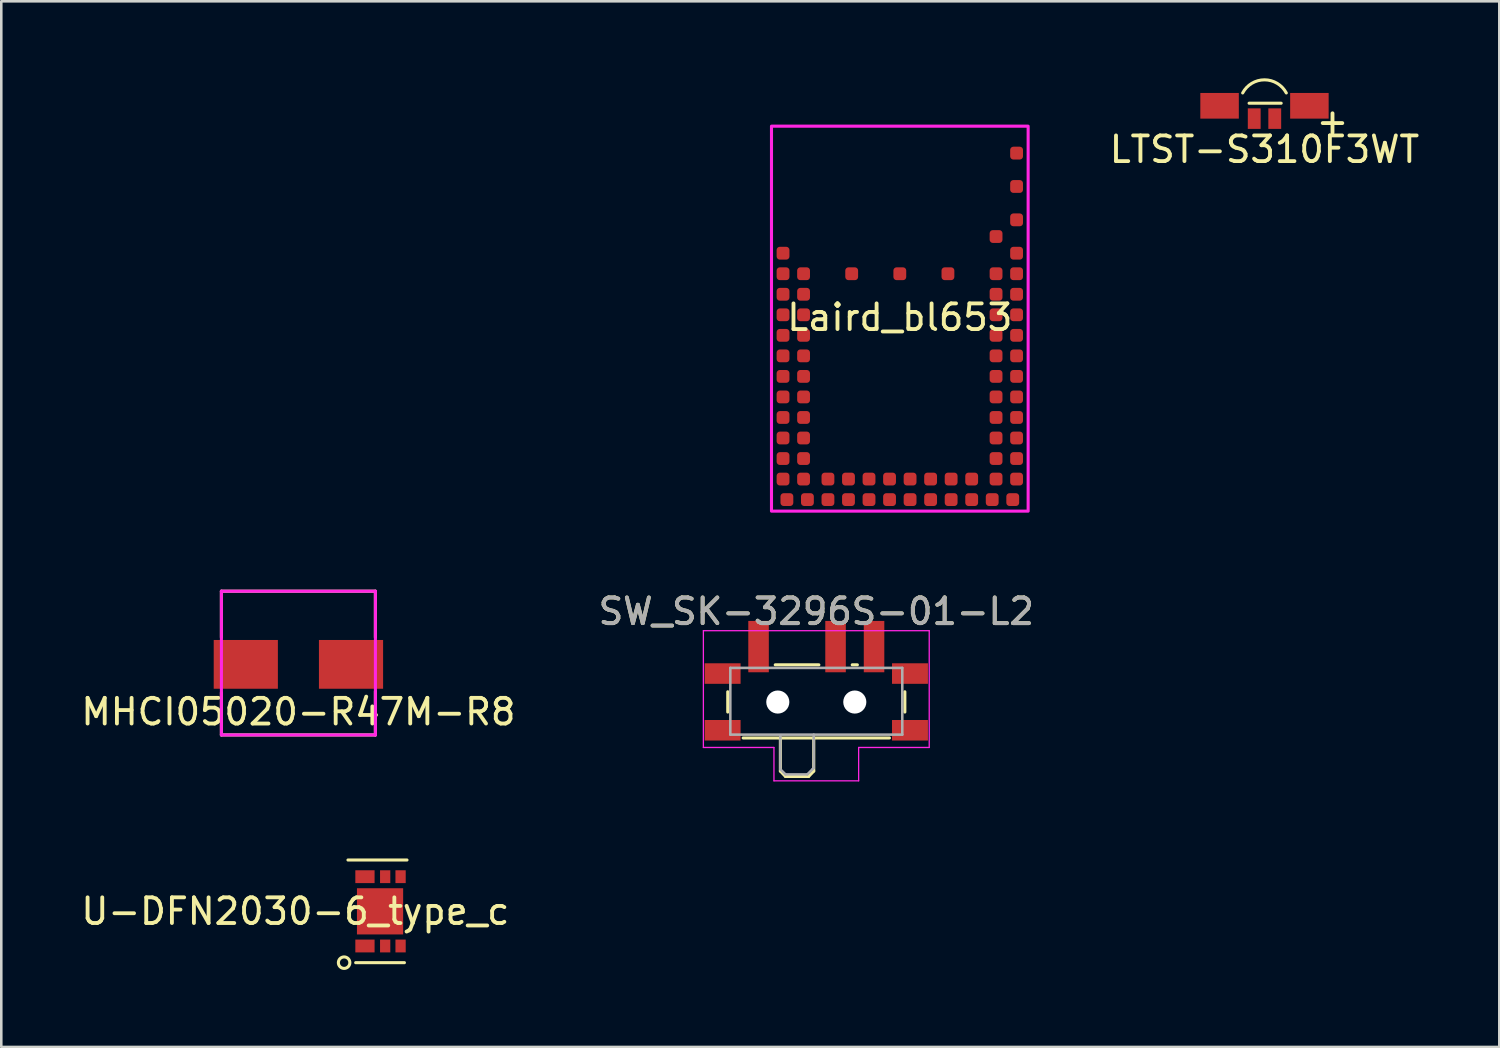
<source format=kicad_pcb>
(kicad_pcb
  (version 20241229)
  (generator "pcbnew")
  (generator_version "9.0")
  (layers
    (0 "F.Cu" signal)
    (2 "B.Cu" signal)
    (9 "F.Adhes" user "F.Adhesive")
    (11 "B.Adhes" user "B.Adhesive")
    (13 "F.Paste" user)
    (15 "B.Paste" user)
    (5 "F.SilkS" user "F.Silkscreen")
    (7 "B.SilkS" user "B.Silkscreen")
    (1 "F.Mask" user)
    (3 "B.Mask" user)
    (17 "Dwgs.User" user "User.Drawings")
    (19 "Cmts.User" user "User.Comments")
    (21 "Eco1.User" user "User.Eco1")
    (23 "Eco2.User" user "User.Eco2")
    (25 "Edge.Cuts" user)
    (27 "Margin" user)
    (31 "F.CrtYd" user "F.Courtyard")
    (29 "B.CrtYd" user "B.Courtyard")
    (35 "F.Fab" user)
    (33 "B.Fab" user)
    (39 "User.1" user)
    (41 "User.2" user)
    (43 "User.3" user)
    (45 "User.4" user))
  (footprint "U-DFN2030-6_type_c"
    (layer "F.Cu")
    (at 11.758 32.459)
    (property "Reference" "U-DFN2030-6_type_c" (at -3.3 0 0) (unlocked yes) (layer "F.SilkS") (effects (font (size 1 1) (thickness 0.15))))
    (attr smd)
    (fp_line (start -1.25 -2) (end 1.05 -2) (stroke (width 0.12) (type solid)) (layer "F.SilkS"))
    (fp_line (start -0.95 2) (end 0.95 2) (stroke (width 0.12) (type solid)) (layer "F.SilkS"))
    (fp_circle (center -1.4 2) (end -1.2 2.1) (stroke (width 0.12) (type solid)) (fill no) (layer "F.SilkS"))
    (pad "1" smd rect (at -0.588 1.35) (size 0.75 0.5) (layers "F.Cu" "F.Mask" "F.Paste"))
    (pad "2" smd rect (at 0.2 1.35) (size 0.4 0.5) (layers "F.Cu" "F.Mask" "F.Paste"))
    (pad "3" smd rect (at 0.8 1.35) (size 0.4 0.5) (layers "F.Cu" "F.Mask" "F.Paste"))
    (pad "4" smd rect (at 0.8 -1.35) (size 0.4 0.5) (layers "F.Cu" "F.Mask" "F.Paste"))
    (pad "5" smd rect (at 0.2 -1.35) (size 0.4 0.5) (layers "F.Cu" "F.Mask" "F.Paste"))
    (pad "6" smd rect (at -0.588 -1.35) (size 0.75 0.5) (layers "F.Cu" "F.Mask" "F.Paste"))
    (pad "7" smd rect (at 0 0) (size 1.8 1.8) (layers "F.Cu" "F.Mask" "F.Paste")))
  (footprint "MHCI05020-R47M-R8"
    (layer "F.Cu")
    (at 8.577 22.836)
    (property "Reference" "MHCI05020-R47M-R8" (at 0 1.85 0) (unlocked yes) (layer "F.SilkS") (effects (font (size 1 1) (thickness 0.15))))
    (attr smd)
    (fp_line (start -3 -2.85) (end 3 -2.85) (stroke (width 0.12) (type solid)) (layer "F.SilkS"))
    (fp_line (start -3 -1.05) (end -3 -2.85) (stroke (width 0.12) (type solid)) (layer "F.SilkS"))
    (fp_line (start -3 2.75) (end -3 1.1) (stroke (width 0.12) (type solid)) (layer "F.SilkS"))
    (fp_line (start 3 -2.85) (end 3 -1.05) (stroke (width 0.12) (type solid)) (layer "F.SilkS"))
    (fp_line (start 3 1.05) (end 3 2.75) (stroke (width 0.12) (type solid)) (layer "F.SilkS"))
    (fp_line (start 3 2.75) (end -3 2.75) (stroke (width 0.12) (type solid)) (layer "F.SilkS"))
    (fp_line (start -3 -2.85) (end -3 2.75) (stroke (width 0.12) (type solid)) (layer "F.CrtYd"))
    (fp_line (start -3 2.75) (end 3 2.75) (stroke (width 0.12) (type solid)) (layer "F.CrtYd"))
    (fp_line (start 3 -2.85) (end -3 -2.85) (stroke (width 0.12) (type solid)) (layer "F.CrtYd"))
    (fp_line (start 3 2.75) (end 3 -2.85) (stroke (width 0.12) (type solid)) (layer "F.CrtYd"))
    (pad "1" smd rect (at -2.05 0) (size 2.5 1.9) (layers "F.Cu" "F.Mask" "F.Paste"))
    (pad "2" smd rect (at 2.05 0) (size 2.5 1.9) (layers "F.Cu" "F.Mask" "F.Paste")))
  (footprint "SW_SK-3296S-01-L2"
    (layer "F.Cu")
    (at 28.756 23.974)
    (property "Reference" "SW_SK-3296S-01-L2" (at 0 -3.2 0) (layer "F.SilkS") (effects (font (size 1 1) (thickness 0.15))))
    (attr smd)
    (fp_line (start -3.45 -0.07) (end -3.45 0.72) (stroke (width 0.12) (type solid)) (layer "F.SilkS"))
    (fp_line (start -2.85 1.73) (end 2.85 1.73) (stroke (width 0.12) (type solid)) (layer "F.SilkS"))
    (fp_line (start -1.6 -1.12) (end 0.1 -1.12) (stroke (width 0.12) (type solid)) (layer "F.SilkS"))
    (fp_line (start -1.4 1.73) (end -1.4 3.02) (stroke (width 0.12) (type solid)) (layer "F.SilkS"))
    (fp_line (start -1.4 3.02) (end -1.2 3.23) (stroke (width 0.12) (type solid)) (layer "F.SilkS"))
    (fp_line (start -1.2 3.23) (end -0.3 3.23) (stroke (width 0.12) (type solid)) (layer "F.SilkS"))
    (fp_line (start -0.1 3.02) (end -0.3 3.23) (stroke (width 0.12) (type solid)) (layer "F.SilkS"))
    (fp_line (start -0.1 3.02) (end -0.1 1.73) (stroke (width 0.12) (type solid)) (layer "F.SilkS"))
    (fp_line (start 1.4 -1.12) (end 1.6 -1.12) (stroke (width 0.12) (type solid)) (layer "F.SilkS"))
    (fp_line (start 3.45 0.72) (end 3.45 -0.07) (stroke (width 0.12) (type solid)) (layer "F.SilkS"))
    (fp_line (start -4.4 -2.45) (end 4.4 -2.45) (stroke (width 0.05) (type solid)) (layer "F.CrtYd"))
    (fp_line (start -4.4 2.1) (end -4.4 -2.45) (stroke (width 0.05) (type solid)) (layer "F.CrtYd"))
    (fp_line (start -1.65 2.1) (end -4.4 2.1) (stroke (width 0.05) (type solid)) (layer "F.CrtYd"))
    (fp_line (start -1.65 3.4) (end -1.65 2.1) (stroke (width 0.05) (type solid)) (layer "F.CrtYd"))
    (fp_line (start 1.65 2.1) (end 1.65 3.4) (stroke (width 0.05) (type solid)) (layer "F.CrtYd"))
    (fp_line (start 1.65 3.4) (end -1.65 3.4) (stroke (width 0.05) (type solid)) (layer "F.CrtYd"))
    (fp_line (start 4.4 -2.45) (end 4.4 2.1) (stroke (width 0.05) (type solid)) (layer "F.CrtYd"))
    (fp_line (start 4.4 2.1) (end 1.65 2.1) (stroke (width 0.05) (type solid)) (layer "F.CrtYd"))
    (fp_line (start -3.35 -1) (end -3.35 1.6) (stroke (width 0.1) (type solid)) (layer "F.Fab"))
    (fp_line (start -3.35 1.6) (end 3.35 1.6) (stroke (width 0.1) (type solid)) (layer "F.Fab"))
    (fp_line (start -1.4 1.65) (end -1.4 2.95) (stroke (width 0.1) (type solid)) (layer "F.Fab"))
    (fp_line (start -1.4 2.95) (end -1.2 3.15) (stroke (width 0.1) (type solid)) (layer "F.Fab"))
    (fp_line (start -1.2 3.15) (end -0.35 3.15) (stroke (width 0.1) (type solid)) (layer "F.Fab"))
    (fp_line (start -0.35 3.15) (end -0.15 2.95) (stroke (width 0.1) (type solid)) (layer "F.Fab"))
    (fp_line (start -0.15 2.95) (end -0.1 2.9) (stroke (width 0.1) (type solid)) (layer "F.Fab"))
    (fp_line (start -0.1 2.9) (end -0.1 1.6) (stroke (width 0.1) (type solid)) (layer "F.Fab"))
    (fp_line (start 3.35 -1) (end -3.35 -1) (stroke (width 0.1) (type solid)) (layer "F.Fab"))
    (fp_line (start 3.35 1.6) (end 3.35 -1) (stroke (width 0.1) (type solid)) (layer "F.Fab"))
    (fp_text user "${REFERENCE}" (at 0 -3.2 0) (layer "F.Fab") (effects (font (size 1 1) (thickness 0.15))))
    (pad "" smd rect (at -3.65 -0.78) (size 1.4 0.8) (layers "F.Cu" "F.Mask" "F.Paste"))
    (pad "" smd rect (at -3.65 1.43) (size 1.4 0.8) (layers "F.Cu" "F.Mask" "F.Paste"))
    (pad "" np_thru_hole circle (at -1.5 0.33) (size 0.9 0.9) (drill 0.9) (layers "*.Cu" "*.Mask"))
    (pad "" np_thru_hole circle (at 1.5 0.33) (size 0.9 0.9) (drill 0.9) (layers "*.Cu" "*.Mask"))
    (pad "" smd rect (at 3.65 -0.78) (size 1.4 0.8) (layers "F.Cu" "F.Mask" "F.Paste"))
    (pad "" smd rect (at 3.65 1.43) (size 1.4 0.8) (layers "F.Cu" "F.Mask" "F.Paste"))
    (pad "1" smd rect (at -2.25 -1.83) (size 0.8 2) (layers "F.Cu" "F.Mask" "F.Paste"))
    (pad "2" smd rect (at 0.75 -1.83) (size 0.8 2) (layers "F.Cu" "F.Mask" "F.Paste"))
    (pad "3" smd rect (at 2.25 -1.83) (size 0.8 2) (layers "F.Cu" "F.Mask" "F.Paste")))
  (footprint "Laird_bl653"
    (layer "F.Cu")
    (at 32.01 1.866)
    (property "Reference" "Laird_bl653" (at 0 7.45 0) (unlocked yes) (layer "F.SilkS") (effects (font (size 1 1) (thickness 0.15))))
    (attr smd)
    (fp_rect (start 5 0) (end -5 15) (stroke (width 0.12) (type solid)) (fill no) (layer "F.CrtYd"))
    (pad "0" smd roundrect (at 4.55 4.95) (size 0.5 0.5) (layers "F.Cu" "F.Mask" "F.Paste") (roundrect_rratio 0.25))
    (pad "1" smd roundrect (at 4.55 5.75) (size 0.5 0.5) (layers "F.Cu" "F.Mask" "F.Paste") (roundrect_rratio 0.25))
    (pad "2" smd roundrect (at 3.75 5.75) (size 0.5 0.5) (layers "F.Cu" "F.Mask" "F.Paste") (roundrect_rratio 0.25))
    (pad "3" smd roundrect (at 4.55 6.55) (size 0.5 0.5) (layers "F.Cu" "F.Mask" "F.Paste") (roundrect_rratio 0.25))
    (pad "4" smd roundrect (at 3.75 6.55) (size 0.5 0.5) (layers "F.Cu" "F.Mask" "F.Paste") (roundrect_rratio 0.25))
    (pad "5" smd roundrect (at 4.55 7.35) (size 0.5 0.5) (layers "F.Cu" "F.Mask" "F.Paste") (roundrect_rratio 0.25))
    (pad "6" smd roundrect (at 3.75 7.35) (size 0.5 0.5) (layers "F.Cu" "F.Mask" "F.Paste") (roundrect_rratio 0.25))
    (pad "7" smd roundrect (at 4.55 8.15) (size 0.5 0.5) (layers "F.Cu" "F.Mask" "F.Paste") (roundrect_rratio 0.25))
    (pad "8" smd roundrect (at 3.75 8.15) (size 0.5 0.5) (layers "F.Cu" "F.Mask" "F.Paste") (roundrect_rratio 0.25))
    (pad "9" smd roundrect (at 4.55 8.95) (size 0.5 0.5) (layers "F.Cu" "F.Mask" "F.Paste") (roundrect_rratio 0.25))
    (pad "10" smd roundrect (at 3.75 8.95) (size 0.5 0.5) (layers "F.Cu" "F.Mask" "F.Paste") (roundrect_rratio 0.25))
    (pad "11" smd roundrect (at 4.55 9.75) (size 0.5 0.5) (layers "F.Cu" "F.Mask" "F.Paste") (roundrect_rratio 0.25))
    (pad "12" smd roundrect (at 3.75 9.75) (size 0.5 0.5) (layers "F.Cu" "F.Mask" "F.Paste") (roundrect_rratio 0.25))
    (pad "13" smd roundrect (at 4.55 10.55) (size 0.5 0.5) (layers "F.Cu" "F.Mask" "F.Paste") (roundrect_rratio 0.25))
    (pad "14" smd roundrect (at 3.75 10.55) (size 0.5 0.5) (layers "F.Cu" "F.Mask" "F.Paste") (roundrect_rratio 0.25))
    (pad "15" smd roundrect (at 4.55 11.35) (size 0.5 0.5) (layers "F.Cu" "F.Mask" "F.Paste") (roundrect_rratio 0.25))
    (pad "16" smd roundrect (at 3.75 11.35) (size 0.5 0.5) (layers "F.Cu" "F.Mask" "F.Paste") (roundrect_rratio 0.25))
    (pad "17" smd roundrect (at 4.55 12.15) (size 0.5 0.5) (layers "F.Cu" "F.Mask" "F.Paste") (roundrect_rratio 0.25))
    (pad "18" smd roundrect (at 3.75 12.15) (size 0.5 0.5) (layers "F.Cu" "F.Mask" "F.Paste") (roundrect_rratio 0.25))
    (pad "19" smd roundrect (at 4.55 12.95) (size 0.5 0.5) (layers "F.Cu" "F.Mask" "F.Paste") (roundrect_rratio 0.25))
    (pad "20" smd roundrect (at 3.75 12.95) (size 0.5 0.5) (layers "F.Cu" "F.Mask" "F.Paste") (roundrect_rratio 0.25))
    (pad "21" smd roundrect (at 4.55 13.75) (size 0.5 0.5) (layers "F.Cu" "F.Mask" "F.Paste") (roundrect_rratio 0.25))
    (pad "22" smd roundrect (at 3.75 13.75) (size 0.5 0.5) (layers "F.Cu" "F.Mask" "F.Paste") (roundrect_rratio 0.25))
    (pad "23" smd roundrect (at 4.4 14.55) (size 0.5 0.5) (layers "F.Cu" "F.Mask" "F.Paste") (roundrect_rratio 0.25))
    (pad "24" smd roundrect (at 3.6 14.55) (size 0.5 0.5) (layers "F.Cu" "F.Mask" "F.Paste") (roundrect_rratio 0.25))
    (pad "25" smd roundrect (at 2.8 14.55) (size 0.5 0.5) (layers "F.Cu" "F.Mask" "F.Paste") (roundrect_rratio 0.25))
    (pad "26" smd roundrect (at 2.8 13.75) (size 0.5 0.5) (layers "F.Cu" "F.Mask" "F.Paste") (roundrect_rratio 0.25))
    (pad "27" smd roundrect (at 2 14.55) (size 0.5 0.5) (layers "F.Cu" "F.Mask" "F.Paste") (roundrect_rratio 0.25))
    (pad "28" smd roundrect (at 2 13.75) (size 0.5 0.5) (layers "F.Cu" "F.Mask" "F.Paste") (roundrect_rratio 0.25))
    (pad "29" smd roundrect (at 1.2 14.55) (size 0.5 0.5) (layers "F.Cu" "F.Mask" "F.Paste") (roundrect_rratio 0.25))
    (pad "30" smd roundrect (at 1.2 13.75) (size 0.5 0.5) (layers "F.Cu" "F.Mask" "F.Paste") (roundrect_rratio 0.25))
    (pad "31" smd roundrect (at 0.4 14.55) (size 0.5 0.5) (layers "F.Cu" "F.Mask" "F.Paste") (roundrect_rratio 0.25))
    (pad "32" smd roundrect (at 0.4 13.75) (size 0.5 0.5) (layers "F.Cu" "F.Mask" "F.Paste") (roundrect_rratio 0.25))
    (pad "33" smd roundrect (at -0.4 14.55) (size 0.5 0.5) (layers "F.Cu" "F.Mask" "F.Paste") (roundrect_rratio 0.25))
    (pad "34" smd roundrect (at -0.4 13.75) (size 0.5 0.5) (layers "F.Cu" "F.Mask" "F.Paste") (roundrect_rratio 0.25))
    (pad "35" smd roundrect (at -1.2 14.55) (size 0.5 0.5) (layers "F.Cu" "F.Mask" "F.Paste") (roundrect_rratio 0.25))
    (pad "36" smd roundrect (at -1.2 13.75) (size 0.5 0.5) (layers "F.Cu" "F.Mask" "F.Paste") (roundrect_rratio 0.25))
    (pad "37" smd roundrect (at -2 14.55) (size 0.5 0.5) (layers "F.Cu" "F.Mask" "F.Paste") (roundrect_rratio 0.25))
    (pad "38" smd roundrect (at -2 13.75) (size 0.5 0.5) (layers "F.Cu" "F.Mask" "F.Paste") (roundrect_rratio 0.25))
    (pad "39" smd roundrect (at -2.8 14.55) (size 0.5 0.5) (layers "F.Cu" "F.Mask" "F.Paste") (roundrect_rratio 0.25))
    (pad "40" smd roundrect (at -2.8 13.75) (size 0.5 0.5) (layers "F.Cu" "F.Mask" "F.Paste") (roundrect_rratio 0.25))
    (pad "41" smd roundrect (at -3.6 14.55) (size 0.5 0.5) (layers "F.Cu" "F.Mask" "F.Paste") (roundrect_rratio 0.25))
    (pad "42" smd roundrect (at -4.4 14.55) (size 0.5 0.5) (layers "F.Cu" "F.Mask" "F.Paste") (roundrect_rratio 0.25))
    (pad "43" smd roundrect (at -4.55 13.75) (size 0.5 0.5) (layers "F.Cu" "F.Mask" "F.Paste") (roundrect_rratio 0.25))
    (pad "44" smd roundrect (at -3.75 13.75) (size 0.5 0.5) (layers "F.Cu" "F.Mask" "F.Paste") (roundrect_rratio 0.25))
    (pad "45" smd roundrect (at -4.55 12.95) (size 0.5 0.5) (layers "F.Cu" "F.Mask" "F.Paste") (roundrect_rratio 0.25))
    (pad "46" smd roundrect (at -3.75 12.95) (size 0.5 0.5) (layers "F.Cu" "F.Mask" "F.Paste") (roundrect_rratio 0.25))
    (pad "47" smd roundrect (at -4.55 12.15) (size 0.5 0.5) (layers "F.Cu" "F.Mask" "F.Paste") (roundrect_rratio 0.25))
    (pad "48" smd roundrect (at -3.75 12.15) (size 0.5 0.5) (layers "F.Cu" "F.Mask" "F.Paste") (roundrect_rratio 0.25))
    (pad "49" smd roundrect (at -4.55 11.35) (size 0.5 0.5) (layers "F.Cu" "F.Mask" "F.Paste") (roundrect_rratio 0.25))
    (pad "50" smd roundrect (at -3.75 11.35) (size 0.5 0.5) (layers "F.Cu" "F.Mask" "F.Paste") (roundrect_rratio 0.25))
    (pad "51" smd roundrect (at -4.55 10.55) (size 0.5 0.5) (layers "F.Cu" "F.Mask" "F.Paste") (roundrect_rratio 0.25))
    (pad "52" smd roundrect (at -3.75 10.55) (size 0.5 0.5) (layers "F.Cu" "F.Mask" "F.Paste") (roundrect_rratio 0.25))
    (pad "53" smd roundrect (at -4.55 9.75) (size 0.5 0.5) (layers "F.Cu" "F.Mask" "F.Paste") (roundrect_rratio 0.25))
    (pad "54" smd roundrect (at -3.75 9.75) (size 0.5 0.5) (layers "F.Cu" "F.Mask" "F.Paste") (roundrect_rratio 0.25))
    (pad "55" smd roundrect (at -4.55 8.95) (size 0.5 0.5) (layers "F.Cu" "F.Mask" "F.Paste") (roundrect_rratio 0.25))
    (pad "56" smd roundrect (at -3.75 8.95) (size 0.5 0.5) (layers "F.Cu" "F.Mask" "F.Paste") (roundrect_rratio 0.25))
    (pad "57" smd roundrect (at -4.55 8.15) (size 0.5 0.5) (layers "F.Cu" "F.Mask" "F.Paste") (roundrect_rratio 0.25))
    (pad "58" smd roundrect (at -3.75 8.15) (size 0.5 0.5) (layers "F.Cu" "F.Mask" "F.Paste") (roundrect_rratio 0.25))
    (pad "59" smd roundrect (at -4.55 7.35) (size 0.5 0.5) (layers "F.Cu" "F.Mask" "F.Paste") (roundrect_rratio 0.25))
    (pad "60" smd roundrect (at -3.75 7.35) (size 0.5 0.5) (layers "F.Cu" "F.Mask" "F.Paste") (roundrect_rratio 0.25))
    (pad "61" smd roundrect (at -4.55 6.55) (size 0.5 0.5) (layers "F.Cu" "F.Mask" "F.Paste") (roundrect_rratio 0.25))
    (pad "62" smd roundrect (at -3.75 6.55) (size 0.5 0.5) (layers "F.Cu" "F.Mask" "F.Paste") (roundrect_rratio 0.25))
    (pad "63" smd roundrect (at -4.55 5.75) (size 0.5 0.5) (layers "F.Cu" "F.Mask" "F.Paste") (roundrect_rratio 0.25))
    (pad "64" smd roundrect (at -3.75 5.75) (size 0.5 0.5) (layers "F.Cu" "F.Mask" "F.Paste") (roundrect_rratio 0.25))
    (pad "65" smd roundrect (at -4.55 4.95) (size 0.5 0.5) (layers "F.Cu" "F.Mask" "F.Paste") (roundrect_rratio 0.25))
    (pad "66" smd roundrect (at 4.55 3.65) (size 0.5 0.5) (layers "F.Cu" "F.Mask" "F.Paste") (roundrect_rratio 0.25))
    (pad "67" smd roundrect (at 4.55 2.35) (size 0.5 0.5) (layers "F.Cu" "F.Mask" "F.Paste") (roundrect_rratio 0.25))
    (pad "68" smd roundrect (at 4.55 1.05) (size 0.5 0.5) (layers "F.Cu" "F.Mask" "F.Paste") (roundrect_rratio 0.25))
    (pad "69" smd roundrect (at -1.875 5.75) (size 0.5 0.5) (layers "F.Cu" "F.Mask" "F.Paste") (roundrect_rratio 0.25))
    (pad "70" smd roundrect (at 0 5.75) (size 0.5 0.5) (layers "F.Cu" "F.Mask" "F.Paste") (roundrect_rratio 0.25))
    (pad "71" smd roundrect (at 1.875 5.75) (size 0.5 0.5) (layers "F.Cu" "F.Mask" "F.Paste") (roundrect_rratio 0.25))
    (pad "72" smd roundrect (at 3.75 4.3) (size 0.5 0.5) (layers "F.Cu" "F.Mask" "F.Paste") (roundrect_rratio 0.25))
    (zone (net_name "") (layers "F.Cu" "B.Cu") (hatch edge 0.508) (connect_pads) (min_thickness 0.254) (filled_areas_thickness no) (keepout (tracks not_allowed) (vias not_allowed) (pads not_allowed) (copperpour not_allowed) (footprints allowed)) (placement (enabled no)) (fill) (polygon (pts (xy 35.51 6.816) (xy 0.01 6.816) (xy 0 0.088) (xy 35.488 0)))))
  (footprint "LTST-S310F3WT"
    (layer "F.Cu")
    (at 46.219 1.072)
    (property "Reference" "LTST-S310F3WT" (at 0 1.7 0) (unlocked yes) (layer "F.SilkS") (effects (font (size 1 1) (thickness 0.15))))
    (attr smd)
    (fp_line (start -0.6 -0.1) (end 0.65 -0.1) (stroke (width 0.12) (type solid)) (layer "F.SilkS"))
    (fp_arc (start -0.85 -0.5) (mid 0 -1.011769) (end 0.85 -0.5) (stroke (width 0.12) (type solid)) (layer "F.SilkS"))
    (fp_text user "+" (at 2.65 0.6 0) (unlocked yes) (layer "F.SilkS") (effects (font (size 1 1) (thickness 0.15))))
    (pad "1" smd rect (at -1.75 0 90) (size 1 1.5) (layers "F.Cu" "F.Mask" "F.Paste"))
    (pad "2" smd rect (at -0.4 0.5 90) (size 0.8 0.5) (layers "F.Cu" "F.Mask" "F.Paste"))
    (pad "3" smd rect (at 0.4 0.5 90) (size 0.8 0.5) (layers "F.Cu" "F.Mask" "F.Paste"))
    (pad "4" smd rect (at 1.75 0 90) (size 1 1.5) (layers "F.Cu" "F.Mask" "F.Paste")))
  (gr_rect
    (start -3 -3)
    (end 55.368 37.743)
    (stroke (width 0.1) (type default))
    (fill no)
    (layer "Edge.Cuts")))
</source>
